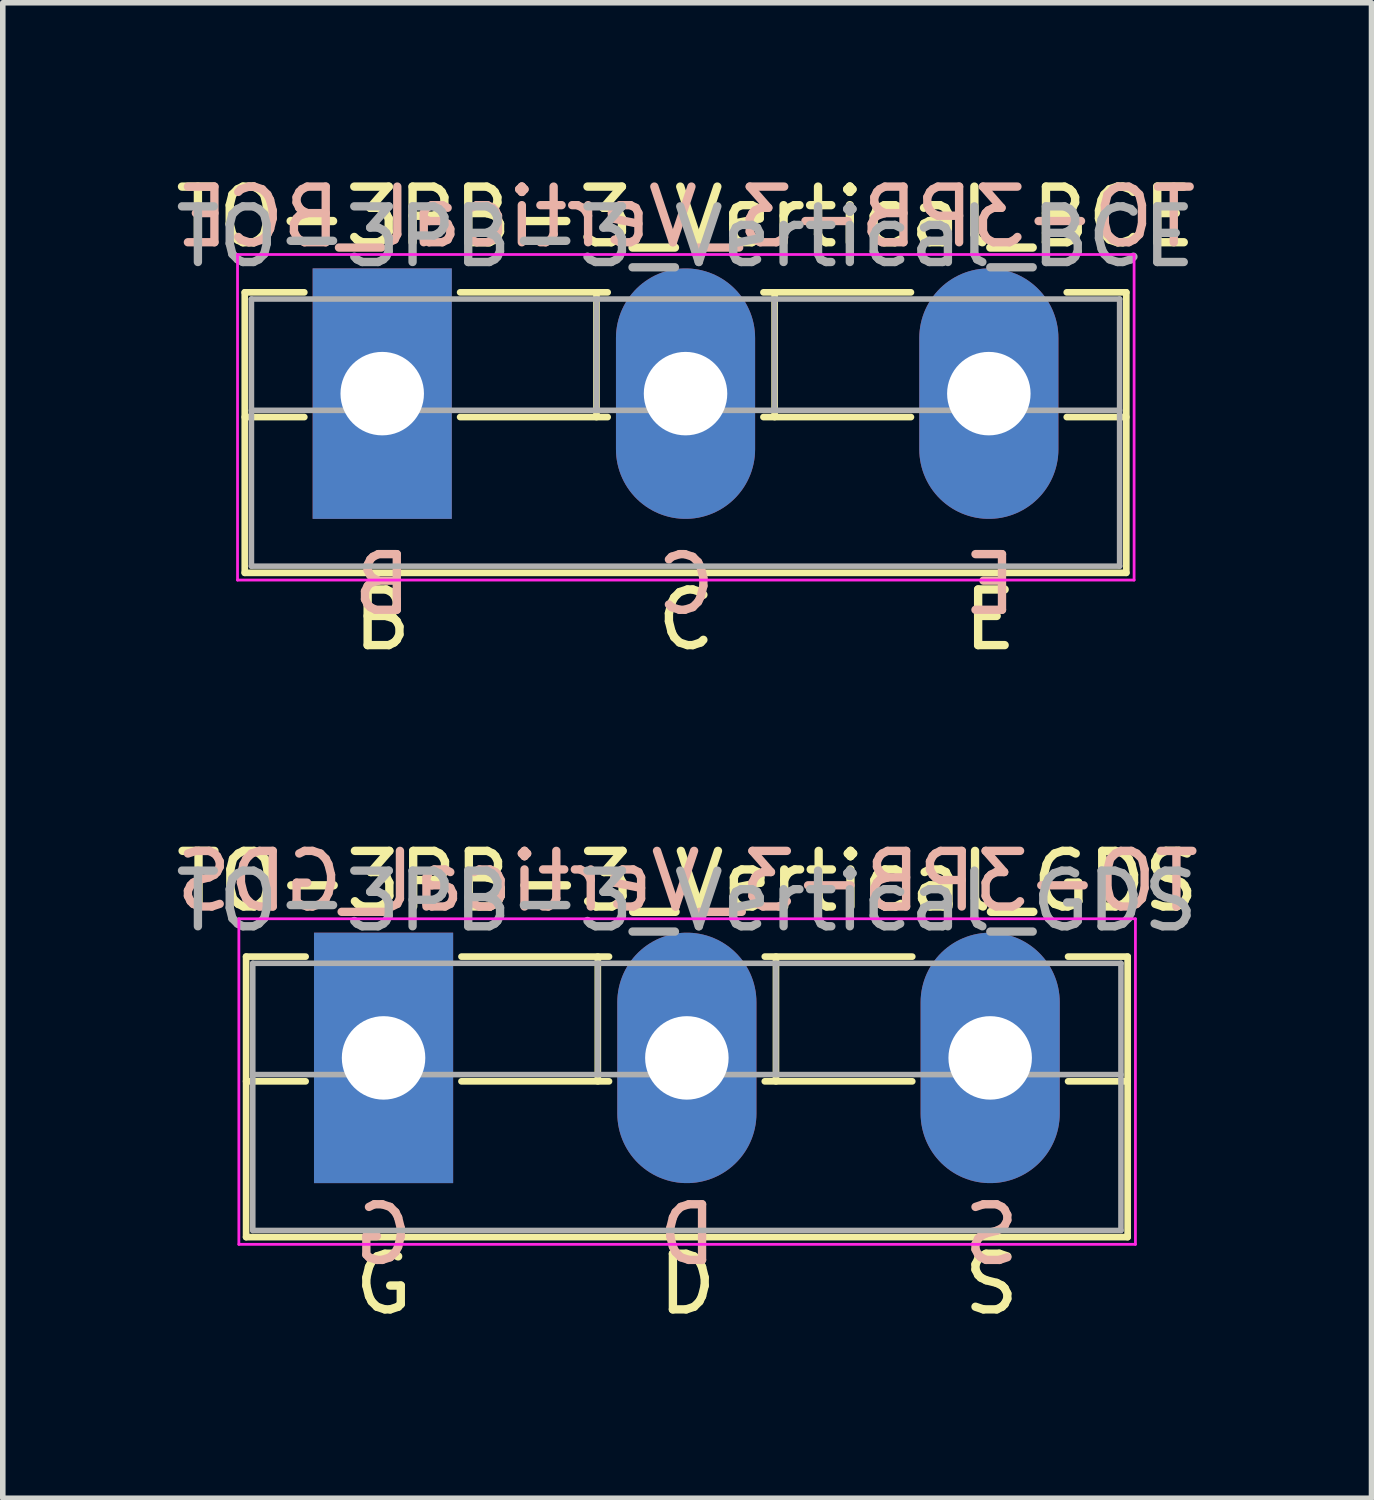
<source format=kicad_pcb>
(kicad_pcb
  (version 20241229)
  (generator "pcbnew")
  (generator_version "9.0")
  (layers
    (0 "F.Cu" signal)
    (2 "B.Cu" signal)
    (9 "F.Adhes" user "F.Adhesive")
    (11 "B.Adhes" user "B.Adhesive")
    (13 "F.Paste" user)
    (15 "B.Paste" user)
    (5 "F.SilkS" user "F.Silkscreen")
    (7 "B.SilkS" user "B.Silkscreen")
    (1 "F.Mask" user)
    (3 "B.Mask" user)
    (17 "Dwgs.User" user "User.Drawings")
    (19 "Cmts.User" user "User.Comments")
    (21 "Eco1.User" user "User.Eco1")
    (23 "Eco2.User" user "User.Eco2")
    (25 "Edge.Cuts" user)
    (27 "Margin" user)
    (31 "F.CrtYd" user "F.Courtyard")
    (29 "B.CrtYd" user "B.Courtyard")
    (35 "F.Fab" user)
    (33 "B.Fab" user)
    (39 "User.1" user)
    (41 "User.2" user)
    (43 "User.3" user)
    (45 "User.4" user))
  (footprint "TO-3PB-3_Vertical_GDS"
    (layer "F.Cu")
    (at 3.842 15.959)
    (property "Reference" "TO-3PB-3_Vertical_GDS" (at 5.461 -3.175 0) (layer "F.SilkS") (effects (font (size 1 1) (thickness 0.15))))
    (fp_line (start -2.47 -1.82) (end -2.47 3.22) (stroke (width 0.12) (type solid)) (layer "F.SilkS"))
    (fp_line (start -2.47 -1.82) (end -1.4 -1.82) (stroke (width 0.12) (type solid)) (layer "F.SilkS"))
    (fp_line (start -2.47 0.421) (end -1.4 0.421) (stroke (width 0.12) (type solid)) (layer "F.SilkS"))
    (fp_line (start -2.47 3.22) (end 13.37 3.22) (stroke (width 0.12) (type solid)) (layer "F.SilkS"))
    (fp_line (start 1.4 -1.82) (end 4.051 -1.82) (stroke (width 0.12) (type solid)) (layer "F.SilkS"))
    (fp_line (start 1.4 0.421) (end 4.051 0.421) (stroke (width 0.12) (type solid)) (layer "F.SilkS"))
    (fp_line (start 3.85 -1.82) (end 3.85 0.421) (stroke (width 0.12) (type solid)) (layer "F.SilkS"))
    (fp_line (start 6.85 -1.82) (end 9.5 -1.82) (stroke (width 0.12) (type solid)) (layer "F.SilkS"))
    (fp_line (start 6.85 0.421) (end 9.5 0.421) (stroke (width 0.12) (type solid)) (layer "F.SilkS"))
    (fp_line (start 7.051 -1.82) (end 7.051 0.421) (stroke (width 0.12) (type solid)) (layer "F.SilkS"))
    (fp_line (start 12.3 -1.82) (end 13.37 -1.82) (stroke (width 0.12) (type solid)) (layer "F.SilkS"))
    (fp_line (start 12.3 0.421) (end 13.37 0.421) (stroke (width 0.12) (type solid)) (layer "F.SilkS"))
    (fp_line (start 13.37 -1.82) (end 13.37 3.22) (stroke (width 0.12) (type solid)) (layer "F.SilkS"))
    (fp_line (start -2.6 -2.5) (end -2.6 3.35) (stroke (width 0.05) (type solid)) (layer "F.CrtYd"))
    (fp_line (start -2.6 3.35) (end 13.51 3.35) (stroke (width 0.05) (type solid)) (layer "F.CrtYd"))
    (fp_line (start 13.51 -2.5) (end -2.6 -2.5) (stroke (width 0.05) (type solid)) (layer "F.CrtYd"))
    (fp_line (start 13.51 3.35) (end 13.51 -2.5) (stroke (width 0.05) (type solid)) (layer "F.CrtYd"))
    (fp_line (start -2.35 -1.7) (end -2.35 3.1) (stroke (width 0.1) (type solid)) (layer "F.Fab"))
    (fp_line (start -2.35 0.3) (end 13.25 0.3) (stroke (width 0.1) (type solid)) (layer "F.Fab"))
    (fp_line (start -2.35 3.1) (end 13.25 3.1) (stroke (width 0.1) (type solid)) (layer "F.Fab"))
    (fp_line (start 3.85 -1.7) (end 3.85 0.3) (stroke (width 0.1) (type solid)) (layer "F.Fab"))
    (fp_line (start 7.05 -1.7) (end 7.05 0.3) (stroke (width 0.1) (type solid)) (layer "F.Fab"))
    (fp_line (start 13.25 -1.7) (end -2.35 -1.7) (stroke (width 0.1) (type solid)) (layer "F.Fab"))
    (fp_line (start 13.25 3.1) (end 13.25 -1.7) (stroke (width 0.1) (type solid)) (layer "F.Fab"))
    (fp_text user "S" (at 10.922 4.064 0) (unlocked yes) (layer "F.SilkS") (effects (font (size 1 1) (thickness 0.15))))
    (fp_text user "G" (at 0 4.064 0) (unlocked yes) (layer "F.SilkS") (effects (font (size 1 1) (thickness 0.15))))
    (fp_text user "D" (at 5.461 4.064 0) (unlocked yes) (layer "F.SilkS") (effects (font (size 1 1) (thickness 0.15))))
    (fp_text user "S" (at 10.922 3.175 0) (unlocked yes) (layer "B.SilkS") (effects (font (size 1 1) (thickness 0.15)) (justify mirror)))
    (fp_text user "${REFERENCE}" (at 5.461 -3.175 0) (layer "B.SilkS") (effects (font (size 1 1) (thickness 0.15)) (justify mirror)))
    (fp_text user "D" (at 5.461 3.175 0) (unlocked yes) (layer "B.SilkS") (effects (font (size 1 1) (thickness 0.15)) (justify mirror)))
    (fp_text user "G" (at 0 3.175 0) (unlocked yes) (layer "B.SilkS") (effects (font (size 1 1) (thickness 0.15)) (justify mirror)))
    (fp_text user "${REFERENCE}" (at 5.45 -2.82 0) (layer "F.Fab") (effects (font (size 1 1) (thickness 0.15))))
    (pad "1" thru_hole rect (at 0 0) (size 2.5 4.5) (drill 1.5) (layers "*.Cu" "*.Mask"))
    (pad "2" thru_hole oval (at 5.45 0) (size 2.5 4.5) (drill 1.5) (layers "*.Cu" "*.Mask"))
    (pad "3" thru_hole oval (at 10.9 0) (size 2.5 4.5) (drill 1.5) (layers "*.Cu" "*.Mask")))
  (footprint "TO-3PB-3_Vertical_BCE"
    (layer "F.Cu")
    (at 3.818 4.023)
    (property "Reference" "TO-3PB-3_Vertical_BCE" (at 5.45 -3.175 0) (layer "F.SilkS") (effects (font (size 1 1) (thickness 0.15))))
    (fp_line (start -2.47 -1.82) (end -2.47 3.22) (stroke (width 0.12) (type solid)) (layer "F.SilkS"))
    (fp_line (start -2.47 -1.82) (end -1.4 -1.82) (stroke (width 0.12) (type solid)) (layer "F.SilkS"))
    (fp_line (start -2.47 0.421) (end -1.4 0.421) (stroke (width 0.12) (type solid)) (layer "F.SilkS"))
    (fp_line (start -2.47 3.22) (end 13.37 3.22) (stroke (width 0.12) (type solid)) (layer "F.SilkS"))
    (fp_line (start 1.4 -1.82) (end 4.051 -1.82) (stroke (width 0.12) (type solid)) (layer "F.SilkS"))
    (fp_line (start 1.4 0.421) (end 4.051 0.421) (stroke (width 0.12) (type solid)) (layer "F.SilkS"))
    (fp_line (start 3.85 -1.82) (end 3.85 0.421) (stroke (width 0.12) (type solid)) (layer "F.SilkS"))
    (fp_line (start 6.85 -1.82) (end 9.5 -1.82) (stroke (width 0.12) (type solid)) (layer "F.SilkS"))
    (fp_line (start 6.85 0.421) (end 9.5 0.421) (stroke (width 0.12) (type solid)) (layer "F.SilkS"))
    (fp_line (start 7.051 -1.82) (end 7.051 0.421) (stroke (width 0.12) (type solid)) (layer "F.SilkS"))
    (fp_line (start 12.3 -1.82) (end 13.37 -1.82) (stroke (width 0.12) (type solid)) (layer "F.SilkS"))
    (fp_line (start 12.3 0.421) (end 13.37 0.421) (stroke (width 0.12) (type solid)) (layer "F.SilkS"))
    (fp_line (start 13.37 -1.82) (end 13.37 3.22) (stroke (width 0.12) (type solid)) (layer "F.SilkS"))
    (fp_line (start -2.6 -2.5) (end -2.6 3.35) (stroke (width 0.05) (type solid)) (layer "F.CrtYd"))
    (fp_line (start -2.6 3.35) (end 13.51 3.35) (stroke (width 0.05) (type solid)) (layer "F.CrtYd"))
    (fp_line (start 13.51 -2.5) (end -2.6 -2.5) (stroke (width 0.05) (type solid)) (layer "F.CrtYd"))
    (fp_line (start 13.51 3.35) (end 13.51 -2.5) (stroke (width 0.05) (type solid)) (layer "F.CrtYd"))
    (fp_line (start -2.35 -1.7) (end -2.35 3.1) (stroke (width 0.1) (type solid)) (layer "F.Fab"))
    (fp_line (start -2.35 0.3) (end 13.25 0.3) (stroke (width 0.1) (type solid)) (layer "F.Fab"))
    (fp_line (start -2.35 3.1) (end 13.25 3.1) (stroke (width 0.1) (type solid)) (layer "F.Fab"))
    (fp_line (start 3.85 -1.7) (end 3.85 0.3) (stroke (width 0.1) (type solid)) (layer "F.Fab"))
    (fp_line (start 7.05 -1.7) (end 7.05 0.3) (stroke (width 0.1) (type solid)) (layer "F.Fab"))
    (fp_line (start 13.25 -1.7) (end -2.35 -1.7) (stroke (width 0.1) (type solid)) (layer "F.Fab"))
    (fp_line (start 13.25 3.1) (end 13.25 -1.7) (stroke (width 0.1) (type solid)) (layer "F.Fab"))
    (fp_text user "E" (at 10.922 4.064 0) (unlocked yes) (layer "F.SilkS") (effects (font (size 1 1) (thickness 0.15))))
    (fp_text user "B" (at 0 4.064 0) (unlocked yes) (layer "F.SilkS") (effects (font (size 1 1) (thickness 0.15))))
    (fp_text user "C" (at 5.461 4.064 0) (unlocked yes) (layer "F.SilkS") (effects (font (size 1 1) (thickness 0.15))))
    (fp_text user "C" (at 5.461 3.429 0) (unlocked yes) (layer "B.SilkS") (effects (font (size 1 1) (thickness 0.15)) (justify mirror)))
    (fp_text user "B" (at 0 3.429 0) (unlocked yes) (layer "B.SilkS") (effects (font (size 1 1) (thickness 0.15)) (justify mirror)))
    (fp_text user "${REFERENCE}" (at 5.461 -3.175 0) (layer "B.SilkS") (effects (font (size 1 1) (thickness 0.15)) (justify mirror)))
    (fp_text user "E" (at 10.922 3.429 0) (unlocked yes) (layer "B.SilkS") (effects (font (size 1 1) (thickness 0.15)) (justify mirror)))
    (fp_text user "${REFERENCE}" (at 5.45 -2.82 0) (layer "F.Fab") (effects (font (size 1 1) (thickness 0.15))))
    (pad "1" thru_hole rect (at 0 0) (size 2.5 4.5) (drill 1.5) (layers "*.Cu" "*.Mask"))
    (pad "2" thru_hole oval (at 5.45 0) (size 2.5 4.5) (drill 1.5) (layers "*.Cu" "*.Mask"))
    (pad "3" thru_hole oval (at 10.9 0) (size 2.5 4.5) (drill 1.5) (layers "*.Cu" "*.Mask")))
  (gr_rect
    (start -3 -3)
    (end 21.594 23.871)
    (stroke (width 0.1) (type default))
    (fill no)
    (layer "Edge.Cuts")))
</source>
